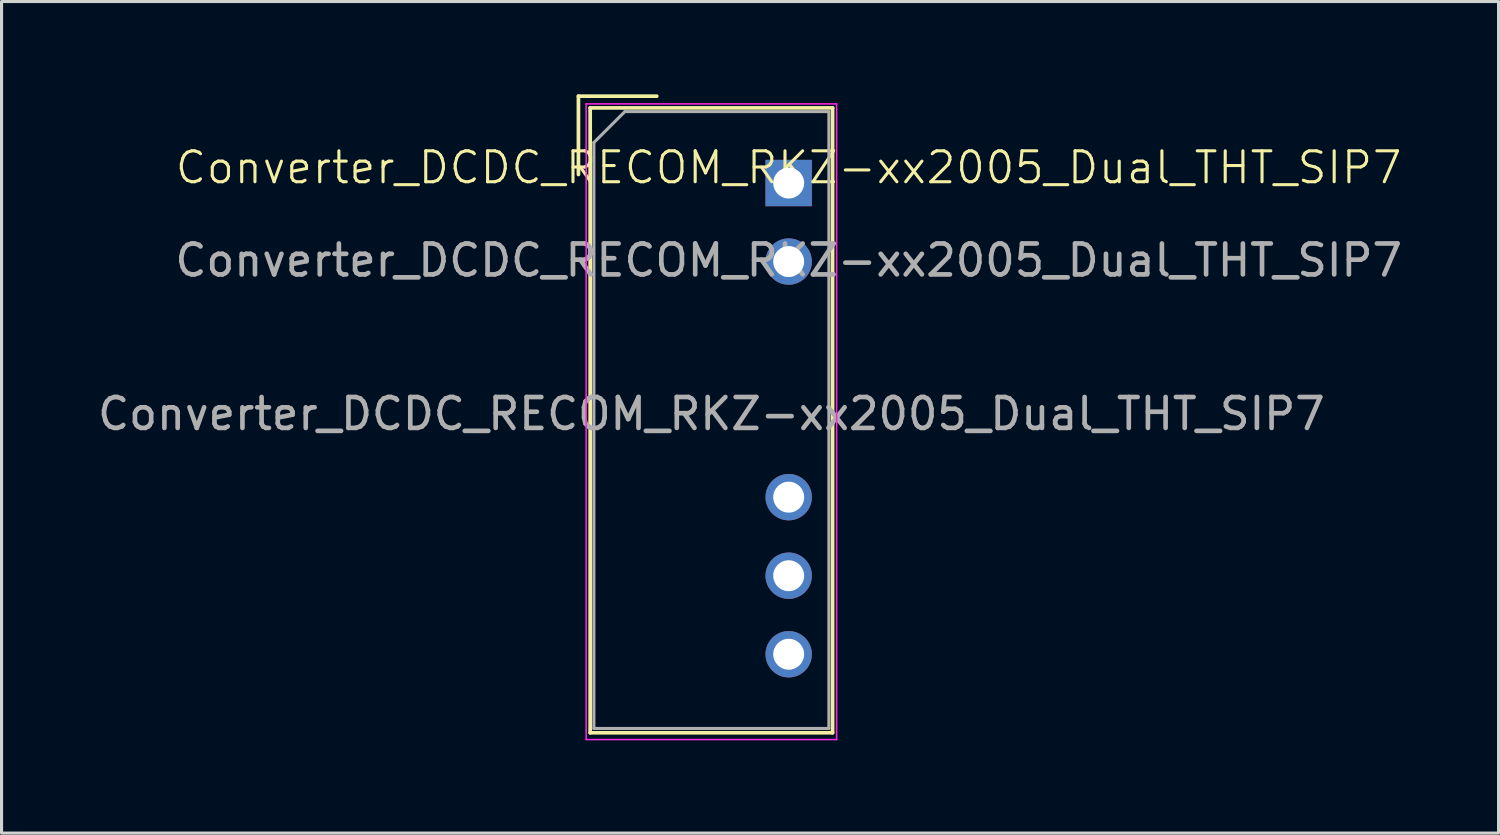
<source format=kicad_pcb>
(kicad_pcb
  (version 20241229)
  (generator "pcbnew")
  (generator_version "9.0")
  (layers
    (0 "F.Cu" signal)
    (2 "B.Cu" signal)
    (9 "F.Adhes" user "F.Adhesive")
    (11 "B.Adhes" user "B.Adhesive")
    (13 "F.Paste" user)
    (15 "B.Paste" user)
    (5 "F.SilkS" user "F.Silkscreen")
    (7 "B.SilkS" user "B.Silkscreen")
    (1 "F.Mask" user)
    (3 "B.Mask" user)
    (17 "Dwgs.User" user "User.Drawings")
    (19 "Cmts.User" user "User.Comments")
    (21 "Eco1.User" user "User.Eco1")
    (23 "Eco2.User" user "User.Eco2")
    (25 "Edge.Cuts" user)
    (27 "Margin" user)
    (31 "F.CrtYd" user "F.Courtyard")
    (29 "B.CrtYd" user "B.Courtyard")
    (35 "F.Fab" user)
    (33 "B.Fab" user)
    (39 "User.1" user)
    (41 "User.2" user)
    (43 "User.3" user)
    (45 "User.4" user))
  (footprint "Converter_DCDC_RECOM_RKZ-xx2005_Dual_THT_SIP7"
    (layer "F.Cu")
    (at 22.458 2.87)
    (property "Reference" "Converter_DCDC_RECOM_RKZ-xx2005_Dual_THT_SIP7" (at 0 -0.5 0) (unlocked yes) (layer "F.SilkS") (effects (font (size 1 1) (thickness 0.1))))
    (attr through_hole)
    (fp_line (start -6.8 -2.81) (end -4.267 -2.81) (stroke (width 0.12) (type solid)) (layer "F.SilkS"))
    (fp_line (start -6.8 -0.277) (end -6.8 -2.81) (stroke (width 0.12) (type solid)) (layer "F.SilkS"))
    (fp_line (start -6.42 -2.43) (end -6.42 17.78) (stroke (width 0.12) (type solid)) (layer "F.SilkS"))
    (fp_line (start -6.42 -2.43) (end 1.42 -2.43) (stroke (width 0.12) (type solid)) (layer "F.SilkS"))
    (fp_line (start -6.42 17.78) (end 1.42 17.78) (stroke (width 0.12) (type solid)) (layer "F.SilkS"))
    (fp_line (start 1.42 -2.43) (end 1.42 17.78) (stroke (width 0.12) (type solid)) (layer "F.SilkS"))
    (fp_line (start -6.55 -2.56) (end -6.55 18) (stroke (width 0.05) (type solid)) (layer "F.CrtYd"))
    (fp_line (start -6.55 -2.56) (end 1.55 -2.56) (stroke (width 0.05) (type solid)) (layer "F.CrtYd"))
    (fp_line (start -6.55 18) (end 1.55 18) (stroke (width 0.05) (type solid)) (layer "F.CrtYd"))
    (fp_line (start 1.55 -2.56) (end 1.55 18) (stroke (width 0.05) (type solid)) (layer "F.CrtYd"))
    (fp_line (start -6.3 -1.31) (end -5.3 -2.31) (stroke (width 0.1) (type solid)) (layer "F.Fab"))
    (fp_line (start -6.3 17.64) (end -6.3 -1.31) (stroke (width 0.1) (type solid)) (layer "F.Fab"))
    (fp_line (start -5.3 -2.31) (end 1.3 -2.31) (stroke (width 0.1) (type solid)) (layer "F.Fab"))
    (fp_line (start 1.3 -2.31) (end 1.3 17.64) (stroke (width 0.1) (type solid)) (layer "F.Fab"))
    (fp_line (start 1.3 17.64) (end -6.3 17.64) (stroke (width 0.1) (type solid)) (layer "F.Fab"))
    (fp_text user "${REFERENCE}" (at -2.5 7.465 0) (layer "F.Fab") (effects (font (size 1 1) (thickness 0.15))))
    (fp_text user "${REFERENCE}" (at 0 2.5 0) (unlocked yes) (layer "F.Fab") (effects (font (size 1 1) (thickness 0.15))))
    (pad "1" thru_hole rect (at 0 0) (size 1.5 1.5) (drill 1) (layers "*.Cu" "*.Mask"))
    (pad "2" thru_hole circle (at 0 2.54) (size 1.5 1.5) (drill 1) (layers "*.Cu" "*.Mask"))
    (pad "5" thru_hole circle (at 0 10.16) (size 1.5 1.5) (drill 1) (layers "*.Cu" "*.Mask"))
    (pad "6" thru_hole circle (at 0 12.7) (size 1.5 1.5) (drill 1) (layers "*.Cu" "*.Mask"))
    (pad "7" thru_hole circle (at 0 15.24) (size 1.5 1.5) (drill 1) (layers "*.Cu" "*.Mask")))
  (gr_rect
    (start -3 -3)
    (end 45.417 23.895)
    (stroke (width 0.1) (type default))
    (fill no)
    (layer "Edge.Cuts")))
</source>
